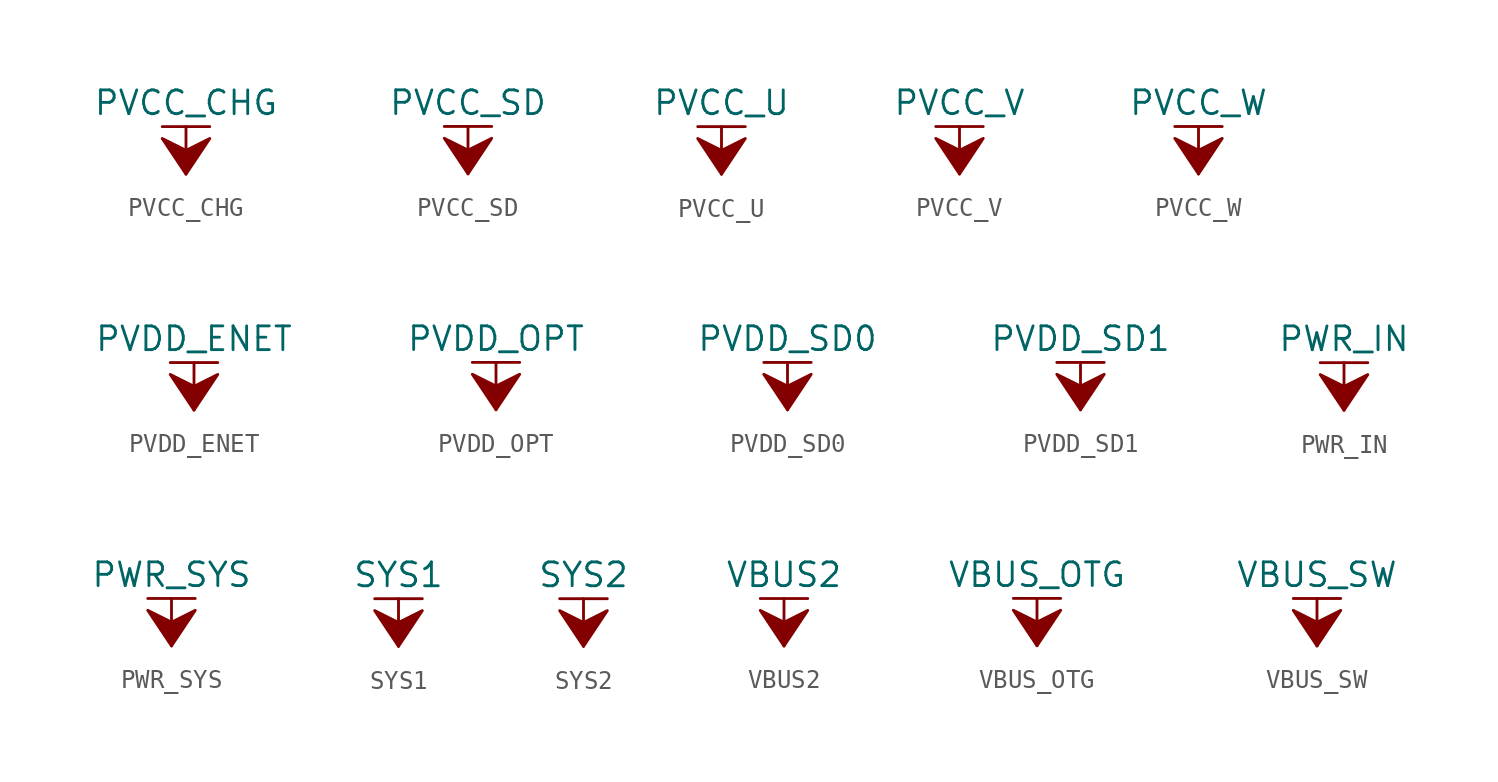
<source format=kicad_sym>
(kicad_symbol_lib
  (version 20211014)
  (generator kicad_symbol_editor)
  (symbol "PVCC_CHG"
    (power)
    (pin_names
      (offset 0))
    (property "Reference" "#PWR"
      (at 0 -3.81 0)
      (effects (font (size 1.27 1.27)) hide))
    (property "Value" "PVCC_CHG"
      (at 0 3.81 0)
      (effects (font (size 1.27 1.27))))
    (symbol "PVCC_CHG_0_1"
      (polyline (pts (xy -1.27 2.54) (xy 1.27 2.54)) (stroke (width 0.152) (type default) (color 0 0 0 0)) (fill (type none)))
      (polyline (pts (xy 0 0) (xy 0 2.54)) (stroke (width 0.152) (type default) (color 0 0 0 0)) (fill (type none)))
      (polyline (pts (xy 0 0) (xy 1.27 1.905) (xy 0 1.27) (xy -1.27 1.905) (xy 0 0)) (stroke (width 0.152) (type default) (color 0 0 0 0)) (fill (type outline))))
    (symbol "PVCC_CHG_1_1"
      (pin power_in line (at 0 0 90) (length 0) hide (name "PVCC_CHG" (effects (font (size 1.27 1.27)))) (number "1" (effects (font (size 1.27 1.27)))))))
  (symbol "PVCC_SD"
    (power)
    (pin_names
      (offset 0))
    (property "Reference" "#PWR"
      (at 0 -3.81 0)
      (effects (font (size 1.27 1.27)) hide))
    (property "Value" "PVCC_SD"
      (at 0 3.81 0)
      (effects (font (size 1.27 1.27))))
    (symbol "PVCC_SD_0_1"
      (polyline (pts (xy -1.27 2.54) (xy 1.27 2.54)) (stroke (width 0.152) (type default) (color 0 0 0 0)) (fill (type none)))
      (polyline (pts (xy 0 0) (xy 0 2.54)) (stroke (width 0.152) (type default) (color 0 0 0 0)) (fill (type none)))
      (polyline (pts (xy 0 0) (xy 1.27 1.905) (xy 0 1.27) (xy -1.27 1.905) (xy 0 0)) (stroke (width 0.152) (type default) (color 0 0 0 0)) (fill (type outline))))
    (symbol "PVCC_SD_1_1"
      (pin power_in line (at 0 0 90) (length 0) hide (name "PVCC_SD" (effects (font (size 1.27 1.27)))) (number "1" (effects (font (size 1.27 1.27)))))))
  (symbol "PVCC_U"
    (power)
    (pin_names
      (offset 0))
    (property "Reference" "#PWR"
      (at 0 -3.81 0)
      (effects (font (size 1.27 1.27)) hide))
    (property "Value" "PVCC_U"
      (at 0 3.81 0)
      (effects (font (size 1.27 1.27))))
    (symbol "PVCC_U_0_1"
      (polyline (pts (xy -1.27 2.54) (xy 1.27 2.54)) (stroke (width 0.152) (type default) (color 0 0 0 0)) (fill (type none)))
      (polyline (pts (xy 0 0) (xy 0 2.54)) (stroke (width 0.152) (type default) (color 0 0 0 0)) (fill (type none)))
      (polyline (pts (xy 0 0) (xy 1.27 1.905) (xy 0 1.27) (xy -1.27 1.905) (xy 0 0)) (stroke (width 0.152) (type default) (color 0 0 0 0)) (fill (type outline))))
    (symbol "PVCC_U_1_1"
      (pin power_in line (at 0 0 90) (length 0) hide (name "PVCC_U" (effects (font (size 1.27 1.27)))) (number "1" (effects (font (size 1.27 1.27)))))))
  (symbol "PVCC_V"
    (power)
    (pin_names
      (offset 0))
    (property "Reference" "#PWR"
      (at 0 -3.81 0)
      (effects (font (size 1.27 1.27)) hide))
    (property "Value" "PVCC_V"
      (at 0 3.81 0)
      (effects (font (size 1.27 1.27))))
    (symbol "PVCC_V_0_1"
      (polyline (pts (xy -1.27 2.54) (xy 1.27 2.54)) (stroke (width 0.152) (type default) (color 0 0 0 0)) (fill (type none)))
      (polyline (pts (xy 0 0) (xy 0 2.54)) (stroke (width 0.152) (type default) (color 0 0 0 0)) (fill (type none)))
      (polyline (pts (xy 0 0) (xy 1.27 1.905) (xy 0 1.27) (xy -1.27 1.905) (xy 0 0)) (stroke (width 0.152) (type default) (color 0 0 0 0)) (fill (type outline))))
    (symbol "PVCC_V_1_1"
      (pin power_in line (at 0 0 90) (length 0) hide (name "PVCC_V" (effects (font (size 1.27 1.27)))) (number "1" (effects (font (size 1.27 1.27)))))))
  (symbol "PVCC_W"
    (power)
    (pin_names
      (offset 0))
    (property "Reference" "#PWR"
      (at 0 -3.81 0)
      (effects (font (size 1.27 1.27)) hide))
    (property "Value" "PVCC_W"
      (at 0 3.81 0)
      (effects (font (size 1.27 1.27))))
    (symbol "PVCC_W_0_1"
      (polyline (pts (xy -1.27 2.54) (xy 1.27 2.54)) (stroke (width 0.152) (type default) (color 0 0 0 0)) (fill (type none)))
      (polyline (pts (xy 0 0) (xy 0 2.54)) (stroke (width 0.152) (type default) (color 0 0 0 0)) (fill (type none)))
      (polyline (pts (xy 0 0) (xy 1.27 1.905) (xy 0 1.27) (xy -1.27 1.905) (xy 0 0)) (stroke (width 0.152) (type default) (color 0 0 0 0)) (fill (type outline))))
    (symbol "PVCC_W_1_1"
      (pin power_in line (at 0 0 90) (length 0) hide (name "PVCC_W" (effects (font (size 1.27 1.27)))) (number "1" (effects (font (size 1.27 1.27)))))))
  (symbol "PVDD_ENET"
    (power)
    (pin_names
      (offset 0))
    (property "Reference" "#PWR"
      (at 0 -3.81 0)
      (effects (font (size 1.27 1.27)) hide))
    (property "Value" "PVDD_ENET"
      (at 0 3.81 0)
      (effects (font (size 1.27 1.27))))
    (symbol "PVDD_ENET_0_1"
      (polyline (pts (xy -1.27 2.54) (xy 1.27 2.54)) (stroke (width 0.152) (type default) (color 0 0 0 0)) (fill (type none)))
      (polyline (pts (xy 0 0) (xy 0 2.54)) (stroke (width 0.152) (type default) (color 0 0 0 0)) (fill (type none)))
      (polyline (pts (xy 0 0) (xy 1.27 1.905) (xy 0 1.27) (xy -1.27 1.905) (xy 0 0)) (stroke (width 0.152) (type default) (color 0 0 0 0)) (fill (type outline))))
    (symbol "PVDD_ENET_1_1"
      (pin power_in line (at 0 0 90) (length 0) hide (name "PVDD_ENET" (effects (font (size 1.27 1.27)))) (number "1" (effects (font (size 1.27 1.27)))))))
  (symbol "PVDD_OPT"
    (power)
    (pin_names
      (offset 0))
    (property "Reference" "#PWR"
      (at 0 -3.81 0)
      (effects (font (size 1.27 1.27)) hide))
    (property "Value" "PVDD_OPT"
      (at 0 3.81 0)
      (effects (font (size 1.27 1.27))))
    (symbol "PVDD_OPT_0_1"
      (polyline (pts (xy -1.27 2.54) (xy 1.27 2.54)) (stroke (width 0.152) (type default) (color 0 0 0 0)) (fill (type none)))
      (polyline (pts (xy 0 0) (xy 0 2.54)) (stroke (width 0.152) (type default) (color 0 0 0 0)) (fill (type none)))
      (polyline (pts (xy 0 0) (xy 1.27 1.905) (xy 0 1.27) (xy -1.27 1.905) (xy 0 0)) (stroke (width 0.152) (type default) (color 0 0 0 0)) (fill (type outline))))
    (symbol "PVDD_OPT_1_1"
      (pin power_in line (at 0 0 90) (length 0) hide (name "PVDD_OPT" (effects (font (size 1.27 1.27)))) (number "1" (effects (font (size 1.27 1.27)))))))
  (symbol "PVDD_SD0"
    (power)
    (pin_names
      (offset 0))
    (property "Reference" "#PWR"
      (at 0 -3.81 0)
      (effects (font (size 1.27 1.27)) hide))
    (property "Value" "PVDD_SD0"
      (at 0 3.81 0)
      (effects (font (size 1.27 1.27))))
    (symbol "PVDD_SD0_0_1"
      (polyline (pts (xy -1.27 2.54) (xy 1.27 2.54)) (stroke (width 0.152) (type default) (color 0 0 0 0)) (fill (type none)))
      (polyline (pts (xy 0 0) (xy 0 2.54)) (stroke (width 0.152) (type default) (color 0 0 0 0)) (fill (type none)))
      (polyline (pts (xy 0 0) (xy 1.27 1.905) (xy 0 1.27) (xy -1.27 1.905) (xy 0 0)) (stroke (width 0.152) (type default) (color 0 0 0 0)) (fill (type outline))))
    (symbol "PVDD_SD0_1_1"
      (pin power_in line (at 0 0 90) (length 0) hide (name "PVDD_SD0" (effects (font (size 1.27 1.27)))) (number "1" (effects (font (size 1.27 1.27)))))))
  (symbol "PVDD_SD1"
    (power)
    (pin_names
      (offset 0))
    (property "Reference" "#PWR"
      (at 0 -3.81 0)
      (effects (font (size 1.27 1.27)) hide))
    (property "Value" "PVDD_SD1"
      (at 0 3.81 0)
      (effects (font (size 1.27 1.27))))
    (symbol "PVDD_SD1_0_1"
      (polyline (pts (xy -1.27 2.54) (xy 1.27 2.54)) (stroke (width 0.152) (type default) (color 0 0 0 0)) (fill (type none)))
      (polyline (pts (xy 0 0) (xy 0 2.54)) (stroke (width 0.152) (type default) (color 0 0 0 0)) (fill (type none)))
      (polyline (pts (xy 0 0) (xy 1.27 1.905) (xy 0 1.27) (xy -1.27 1.905) (xy 0 0)) (stroke (width 0.152) (type default) (color 0 0 0 0)) (fill (type outline))))
    (symbol "PVDD_SD1_1_1"
      (pin power_in line (at 0 0 90) (length 0) hide (name "PVDD_SD1" (effects (font (size 1.27 1.27)))) (number "1" (effects (font (size 1.27 1.27)))))))
  (symbol "PWR_IN"
    (power)
    (pin_names
      (offset 0))
    (property "Reference" "#PWR"
      (at 0 -3.81 0)
      (effects (font (size 1.27 1.27)) hide))
    (property "Value" "PWR_IN"
      (at 0 3.81 0)
      (effects (font (size 1.27 1.27))))
    (symbol "PWR_IN_0_1"
      (polyline (pts (xy -1.27 2.54) (xy 1.27 2.54)) (stroke (width 0.152) (type default) (color 0 0 0 0)) (fill (type none)))
      (polyline (pts (xy 0 0) (xy 0 2.54)) (stroke (width 0.152) (type default) (color 0 0 0 0)) (fill (type none)))
      (polyline (pts (xy 0 0) (xy 1.27 1.905) (xy 0 1.27) (xy -1.27 1.905) (xy 0 0)) (stroke (width 0.152) (type default) (color 0 0 0 0)) (fill (type outline))))
    (symbol "PWR_IN_1_1"
      (pin power_in line (at 0 0 90) (length 0) hide (name "PWR_IN" (effects (font (size 1.27 1.27)))) (number "1" (effects (font (size 1.27 1.27)))))))
  (symbol "PWR_SYS"
    (power)
    (pin_names
      (offset 0))
    (property "Reference" "#PWR"
      (at 0 -3.81 0)
      (effects (font (size 1.27 1.27)) hide))
    (property "Value" "PWR_SYS"
      (at 0 3.81 0)
      (effects (font (size 1.27 1.27))))
    (symbol "PWR_SYS_0_1"
      (polyline (pts (xy -1.27 2.54) (xy 1.27 2.54)) (stroke (width 0.152) (type default) (color 0 0 0 0)) (fill (type none)))
      (polyline (pts (xy 0 0) (xy 0 2.54)) (stroke (width 0.152) (type default) (color 0 0 0 0)) (fill (type none)))
      (polyline (pts (xy 0 0) (xy 1.27 1.905) (xy 0 1.27) (xy -1.27 1.905) (xy 0 0)) (stroke (width 0.152) (type default) (color 0 0 0 0)) (fill (type outline))))
    (symbol "PWR_SYS_1_1"
      (pin power_in line (at 0 0 90) (length 0) hide (name "PWR_SYS" (effects (font (size 1.27 1.27)))) (number "1" (effects (font (size 1.27 1.27)))))))
  (symbol "SYS1"
    (power)
    (pin_names
      (offset 0))
    (property "Reference" "#PWR"
      (at 0 -3.81 0)
      (effects (font (size 1.27 1.27)) hide))
    (property "Value" "SYS1"
      (at 0 3.81 0)
      (effects (font (size 1.27 1.27))))
    (symbol "SYS1_0_1"
      (polyline (pts (xy -1.27 2.54) (xy 1.27 2.54)) (stroke (width 0.152) (type default) (color 0 0 0 0)) (fill (type none)))
      (polyline (pts (xy 0 0) (xy 0 2.54)) (stroke (width 0.152) (type default) (color 0 0 0 0)) (fill (type none)))
      (polyline (pts (xy 0 0) (xy 1.27 1.905) (xy 0 1.27) (xy -1.27 1.905) (xy 0 0)) (stroke (width 0.152) (type default) (color 0 0 0 0)) (fill (type outline))))
    (symbol "SYS1_1_1"
      (pin power_in line (at 0 0 90) (length 0) hide (name "SYS1" (effects (font (size 1.27 1.27)))) (number "1" (effects (font (size 1.27 1.27)))))))
  (symbol "SYS2"
    (power)
    (pin_names
      (offset 0))
    (property "Reference" "#PWR"
      (at 0 -3.81 0)
      (effects (font (size 1.27 1.27)) hide))
    (property "Value" "SYS2"
      (at 0 3.81 0)
      (effects (font (size 1.27 1.27))))
    (symbol "SYS2_0_1"
      (polyline (pts (xy -1.27 2.54) (xy 1.27 2.54)) (stroke (width 0.152) (type default) (color 0 0 0 0)) (fill (type none)))
      (polyline (pts (xy 0 0) (xy 0 2.54)) (stroke (width 0.152) (type default) (color 0 0 0 0)) (fill (type none)))
      (polyline (pts (xy 0 0) (xy 1.27 1.905) (xy 0 1.27) (xy -1.27 1.905) (xy 0 0)) (stroke (width 0.152) (type default) (color 0 0 0 0)) (fill (type outline))))
    (symbol "SYS2_1_1"
      (pin power_in line (at 0 0 90) (length 0) hide (name "SYS2" (effects (font (size 1.27 1.27)))) (number "1" (effects (font (size 1.27 1.27)))))))
  (symbol "VBUS2"
    (power)
    (pin_names
      (offset 0))
    (property "Reference" "#PWR"
      (at 0 -3.81 0)
      (effects (font (size 1.27 1.27)) hide))
    (property "Value" "VBUS2"
      (at 0 3.81 0)
      (effects (font (size 1.27 1.27))))
    (symbol "VBUS2_0_1"
      (polyline (pts (xy -1.27 2.54) (xy 1.27 2.54)) (stroke (width 0.152) (type default) (color 0 0 0 0)) (fill (type none)))
      (polyline (pts (xy 0 0) (xy 0 2.54)) (stroke (width 0.152) (type default) (color 0 0 0 0)) (fill (type none)))
      (polyline (pts (xy 0 0) (xy 1.27 1.905) (xy 0 1.27) (xy -1.27 1.905) (xy 0 0)) (stroke (width 0.152) (type default) (color 0 0 0 0)) (fill (type outline))))
    (symbol "VBUS2_1_1"
      (pin power_in line (at 0 0 90) (length 0) hide (name "VBUS2" (effects (font (size 1.27 1.27)))) (number "1" (effects (font (size 1.27 1.27)))))))
  (symbol "VBUS_OTG"
    (power)
    (pin_names
      (offset 0))
    (property "Reference" "#PWR"
      (at 0 -3.81 0)
      (effects (font (size 1.27 1.27)) hide))
    (property "Value" "VBUS_OTG"
      (at 0 3.81 0)
      (effects (font (size 1.27 1.27))))
    (symbol "VBUS_OTG_0_1"
      (polyline (pts (xy -1.27 2.54) (xy 1.27 2.54)) (stroke (width 0.152) (type default) (color 0 0 0 0)) (fill (type none)))
      (polyline (pts (xy 0 0) (xy 0 2.54)) (stroke (width 0.152) (type default) (color 0 0 0 0)) (fill (type none)))
      (polyline (pts (xy 0 0) (xy 1.27 1.905) (xy 0 1.27) (xy -1.27 1.905) (xy 0 0)) (stroke (width 0.152) (type default) (color 0 0 0 0)) (fill (type outline))))
    (symbol "VBUS_OTG_1_1"
      (pin power_in line (at 0 0 90) (length 0) hide (name "VBUS_OTG" (effects (font (size 1.27 1.27)))) (number "1" (effects (font (size 1.27 1.27)))))))
  (symbol "VBUS_SW"
    (power)
    (pin_names
      (offset 0))
    (property "Reference" "#PWR"
      (at 0 -3.81 0)
      (effects (font (size 1.27 1.27)) hide))
    (property "Value" "VBUS_SW"
      (at 0 3.81 0)
      (effects (font (size 1.27 1.27))))
    (symbol "VBUS_SW_0_1"
      (polyline (pts (xy -1.27 2.54) (xy 1.27 2.54)) (stroke (width 0.152) (type default) (color 0 0 0 0)) (fill (type none)))
      (polyline (pts (xy 0 0) (xy 0 2.54)) (stroke (width 0.152) (type default) (color 0 0 0 0)) (fill (type none)))
      (polyline (pts (xy 0 0) (xy 1.27 1.905) (xy 0 1.27) (xy -1.27 1.905) (xy 0 0)) (stroke (width 0.152) (type default) (color 0 0 0 0)) (fill (type outline))))
    (symbol "VBUS_SW_1_1"
      (pin power_in line (at 0 0 90) (length 0) hide (name "VBUS_SW" (effects (font (size 1.27 1.27)))) (number "1" (effects (font (size 1.27 1.27))))))))
</source>
